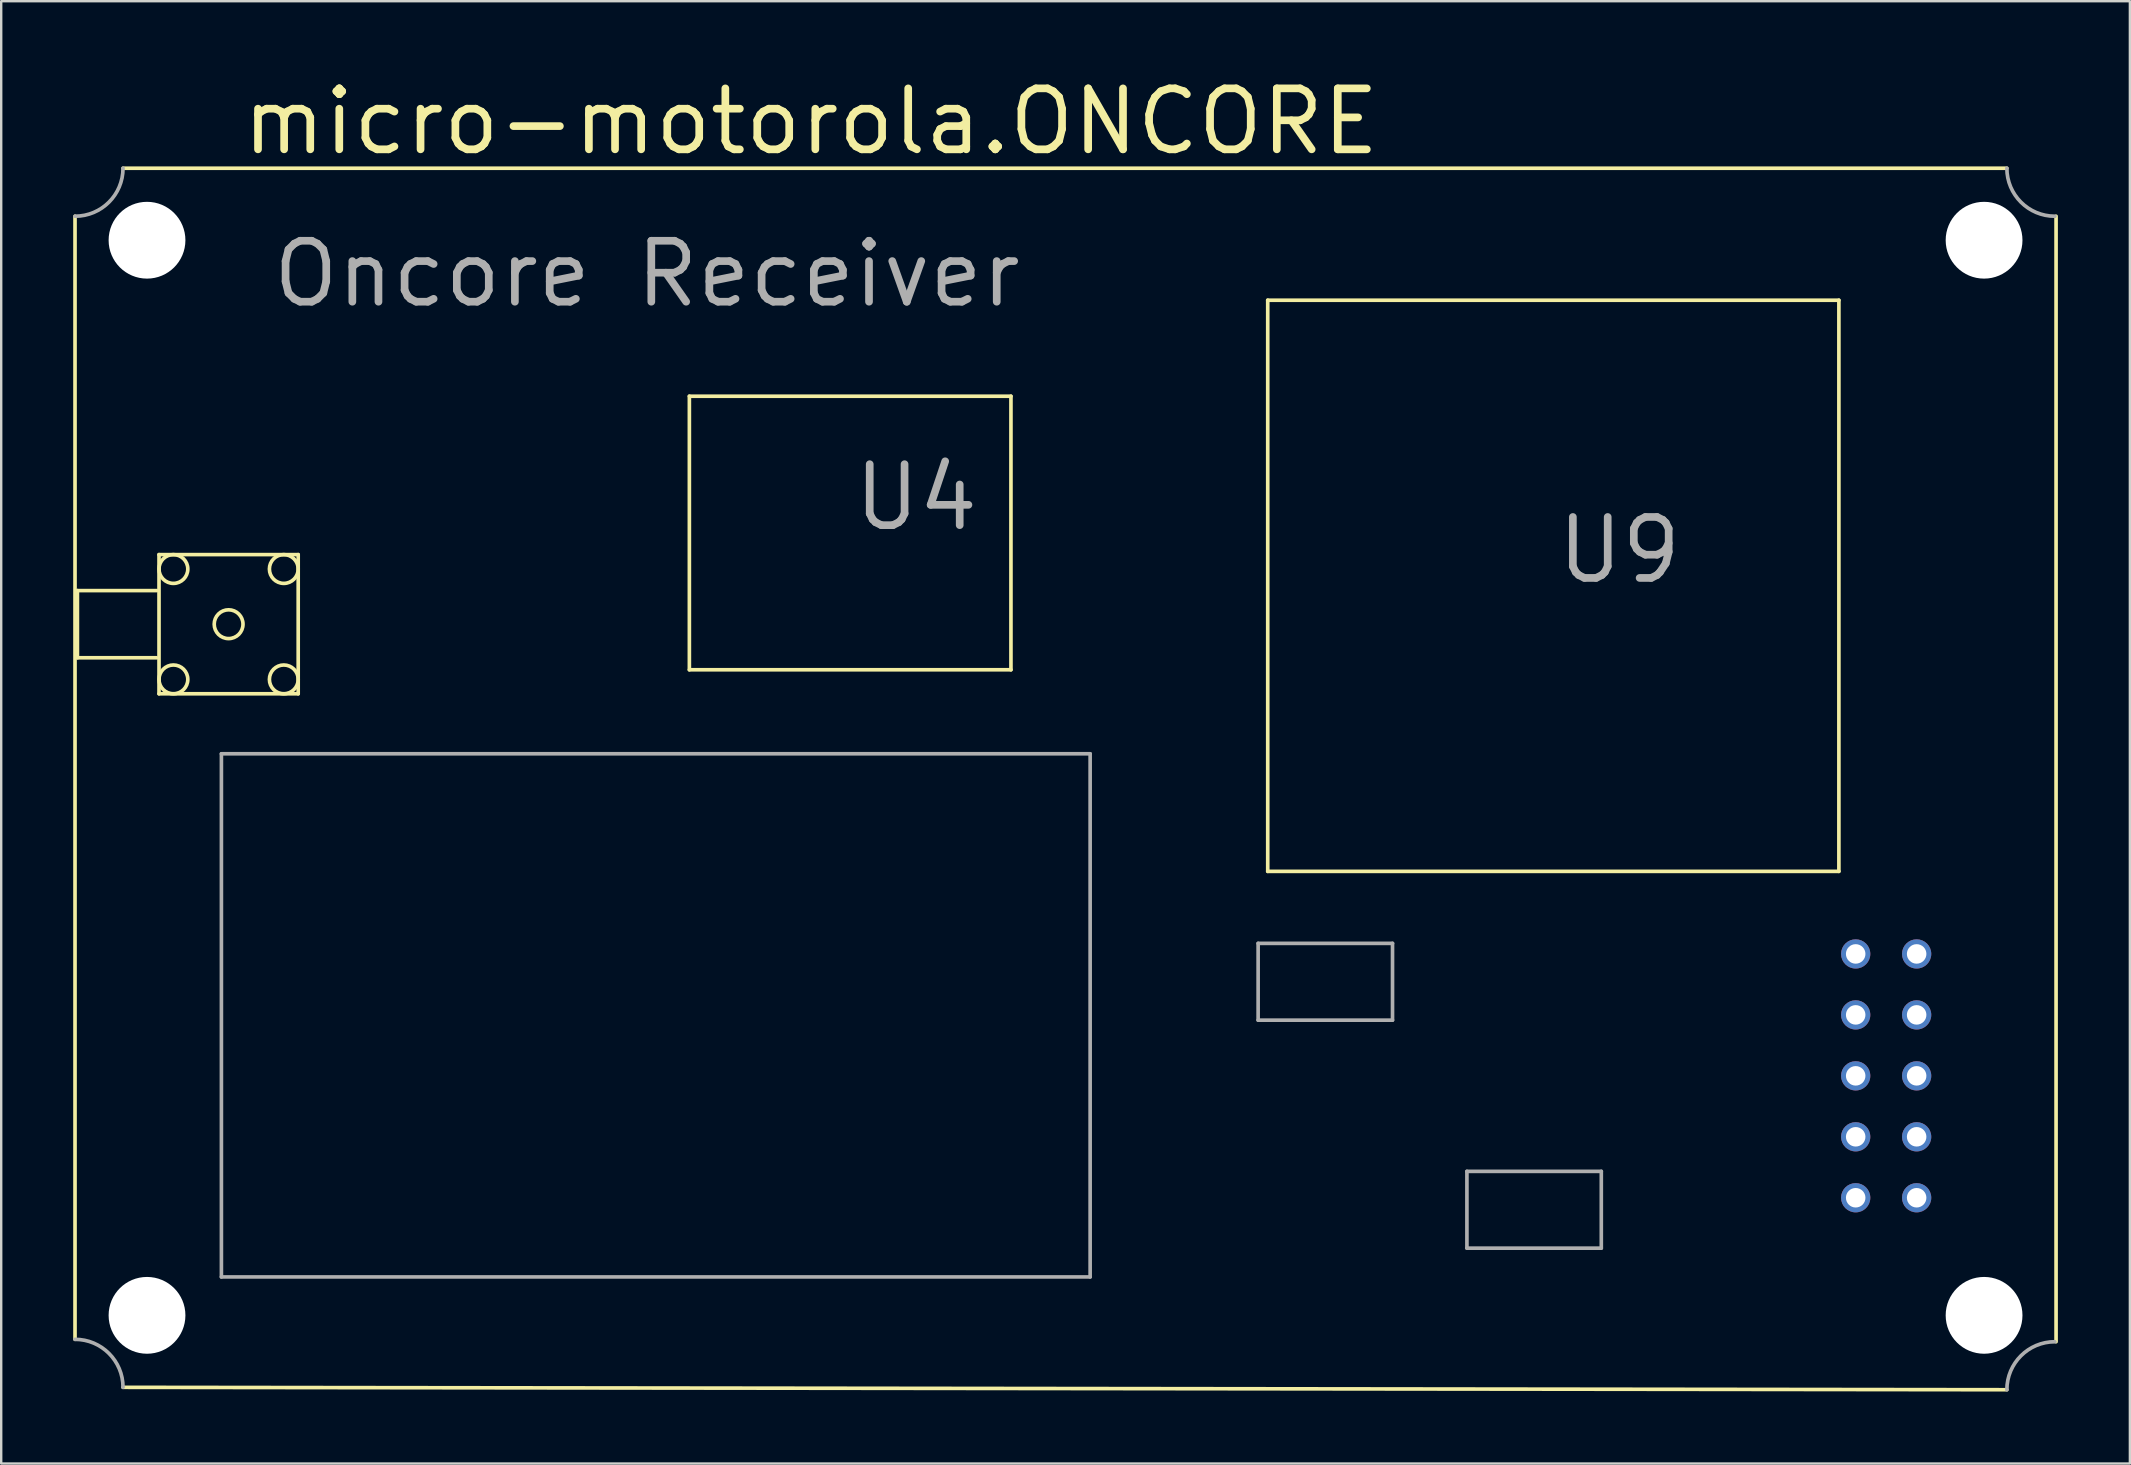
<source format=kicad_pcb>
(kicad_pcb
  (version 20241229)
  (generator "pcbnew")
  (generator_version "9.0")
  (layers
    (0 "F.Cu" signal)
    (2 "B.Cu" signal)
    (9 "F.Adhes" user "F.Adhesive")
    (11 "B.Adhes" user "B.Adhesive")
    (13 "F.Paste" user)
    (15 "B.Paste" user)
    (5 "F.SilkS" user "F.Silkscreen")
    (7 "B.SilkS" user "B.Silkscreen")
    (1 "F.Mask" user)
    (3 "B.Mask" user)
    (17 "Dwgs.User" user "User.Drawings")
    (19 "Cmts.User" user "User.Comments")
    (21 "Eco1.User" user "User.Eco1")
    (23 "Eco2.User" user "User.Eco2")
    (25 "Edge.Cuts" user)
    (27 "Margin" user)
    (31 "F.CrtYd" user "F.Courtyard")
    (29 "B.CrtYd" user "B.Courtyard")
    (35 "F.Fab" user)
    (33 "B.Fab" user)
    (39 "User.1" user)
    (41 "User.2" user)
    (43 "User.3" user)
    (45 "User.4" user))
  (footprint "micro-motorola.ONCORE"
    (layer "F.Cu")
    (at 3.076 51.76)
    (property "Reference" "micro-motorola.ONCORE" (at 3.81 -48.26 0) (layer "F.SilkS") (effects (font (size 2.54 2.54) (thickness 0.32)) (justify left bottom)))
    (attr through_hole)
    (fp_line (start -3 -45.8) (end -3 1) (stroke (width 0.152) (type default)) (layer "F.SilkS"))
    (fp_line (start -2.9 -30.2) (end -2.9 -27.4) (stroke (width 0.152) (type default)) (layer "F.SilkS"))
    (fp_line (start -2.9 -27.4) (end 0.4 -27.4) (stroke (width 0.152) (type default)) (layer "F.SilkS"))
    (fp_line (start -1 3) (end 77.5 3.1) (stroke (width 0.152) (type default)) (layer "F.SilkS"))
    (fp_line (start 0.4 -30.2) (end -2.9 -30.2) (stroke (width 0.152) (type default)) (layer "F.SilkS"))
    (fp_line (start 0.5 -31.7) (end 6.3 -31.7) (stroke (width 0.152) (type default)) (layer "F.SilkS"))
    (fp_line (start 0.5 -25.9) (end 0.5 -31.7) (stroke (width 0.152) (type default)) (layer "F.SilkS"))
    (fp_line (start 6.3 -31.7) (end 6.3 -25.9) (stroke (width 0.152) (type default)) (layer "F.SilkS"))
    (fp_line (start 6.3 -25.9) (end 0.5 -25.9) (stroke (width 0.152) (type default)) (layer "F.SilkS"))
    (fp_line (start 22.6 -38.3) (end 36 -38.3) (stroke (width 0.152) (type default)) (layer "F.SilkS"))
    (fp_line (start 22.6 -26.9) (end 22.6 -38.3) (stroke (width 0.152) (type default)) (layer "F.SilkS"))
    (fp_line (start 36 -38.3) (end 36 -26.9) (stroke (width 0.152) (type default)) (layer "F.SilkS"))
    (fp_line (start 36 -26.9) (end 22.6 -26.9) (stroke (width 0.152) (type default)) (layer "F.SilkS"))
    (fp_line (start 46.7 -42.3) (end 46.7 -18.5) (stroke (width 0.152) (type default)) (layer "F.SilkS"))
    (fp_line (start 46.7 -18.5) (end 70.5 -18.5) (stroke (width 0.152) (type default)) (layer "F.SilkS"))
    (fp_line (start 70.5 -42.3) (end 46.7 -42.3) (stroke (width 0.152) (type default)) (layer "F.SilkS"))
    (fp_line (start 70.5 -18.5) (end 70.5 -42.3) (stroke (width 0.152) (type default)) (layer "F.SilkS"))
    (fp_line (start 77.5 -47.8) (end -1 -47.8) (stroke (width 0.152) (type default)) (layer "F.SilkS"))
    (fp_line (start 79.55 1.1) (end 79.55 -45.8) (stroke (width 0.152) (type default)) (layer "F.SilkS"))
    (fp_circle (center 1.1 -31.1) (end 1.7 -31.1) (stroke (width 0.152) (type default)) (fill no) (layer "F.SilkS"))
    (fp_circle (center 1.1 -26.5) (end 1.7 -26.5) (stroke (width 0.152) (type default)) (fill no) (layer "F.SilkS"))
    (fp_circle (center 3.4 -28.8) (end 4 -28.8) (stroke (width 0.152) (type default)) (fill no) (layer "F.SilkS"))
    (fp_circle (center 5.7 -31.1) (end 6.3 -31.1) (stroke (width 0.152) (type default)) (fill no) (layer "F.SilkS"))
    (fp_circle (center 5.7 -26.5) (end 6.3 -26.5) (stroke (width 0.152) (type default)) (fill no) (layer "F.SilkS"))
    (fp_line (start 3.1 -23.4) (end 39.3 -23.4) (stroke (width 0.152) (type default)) (layer "F.Fab"))
    (fp_line (start 3.1 -1.6) (end 3.1 -23.4) (stroke (width 0.152) (type default)) (layer "F.Fab"))
    (fp_line (start 39.3 -23.4) (end 39.3 -1.6) (stroke (width 0.152) (type default)) (layer "F.Fab"))
    (fp_line (start 39.3 -1.6) (end 3.1 -1.6) (stroke (width 0.152) (type default)) (layer "F.Fab"))
    (fp_line (start 46.3 -15.5) (end 46.3 -12.3) (stroke (width 0.152) (type default)) (layer "F.Fab"))
    (fp_line (start 46.3 -12.3) (end 51.9 -12.3) (stroke (width 0.152) (type default)) (layer "F.Fab"))
    (fp_line (start 51.9 -15.5) (end 46.3 -15.5) (stroke (width 0.152) (type default)) (layer "F.Fab"))
    (fp_line (start 51.9 -12.3) (end 51.9 -15.5) (stroke (width 0.152) (type default)) (layer "F.Fab"))
    (fp_line (start 55 -6) (end 55 -2.8) (stroke (width 0.152) (type default)) (layer "F.Fab"))
    (fp_line (start 55 -2.8) (end 60.6 -2.8) (stroke (width 0.152) (type default)) (layer "F.Fab"))
    (fp_line (start 60.6 -6) (end 55 -6) (stroke (width 0.152) (type default)) (layer "F.Fab"))
    (fp_line (start 60.6 -2.8) (end 60.6 -6) (stroke (width 0.152) (type default)) (layer "F.Fab"))
    (fp_arc (start -3 1) (mid -1.585786 1.585786) (end -1 3) (stroke (width 0.1524) (type default)) (layer "F.Fab"))
    (fp_arc (start -1 -47.8) (mid -1.585786 -46.385786) (end -3 -45.8) (stroke (width 0.1524) (type default)) (layer "F.Fab"))
    (fp_arc (start 77.5 3.1) (mid 78.085786 1.685786) (end 79.5 1.1) (stroke (width 0.1524) (type default)) (layer "F.Fab"))
    (fp_arc (start 79.5 -45.8) (mid 78.085786 -46.385786) (end 77.5 -47.8) (stroke (width 0.1524) (type default)) (layer "F.Fab"))
    (fp_text user "U9" (at 58.6 -30.4 0) (layer "F.Fab") (effects (font (size 2.54 2.54) (thickness 0.32)) (justify left bottom)))
    (fp_text user "U4" (at 29.3 -32.6 0) (layer "F.Fab") (effects (font (size 2.54 2.54) (thickness 0.32)) (justify left bottom)))
    (fp_text user "Oncore Receiver" (at 5.08 -41.91 0) (layer "F.Fab") (effects (font (size 2.54 2.54) (thickness 0.32)) (justify left bottom)))
    (pad "" np_thru_hole circle (at 0 -44.8) (size 3.2 3.2) (drill 3.2) (layers "*.Cu" "*.Mask"))
    (pad "" np_thru_hole circle (at 0 0) (size 3.2 3.2) (drill 3.2) (layers "*.Cu" "*.Mask"))
    (pad "" np_thru_hole circle (at 76.55 -44.8) (size 3.2 3.2) (drill 3.2) (layers "*.Cu" "*.Mask"))
    (pad "" np_thru_hole circle (at 76.55 0) (size 3.2 3.2) (drill 3.2) (layers "*.Cu" "*.Mask"))
    (pad "1" thru_hole circle (at 71.2 -4.9) (size 1.219 1.219) (drill 0.813) (layers "*.Cu" "*.Mask"))
    (pad "2" thru_hole circle (at 73.74 -4.9) (size 1.219 1.219) (drill 0.813) (layers "*.Cu" "*.Mask"))
    (pad "3" thru_hole circle (at 71.2 -7.44) (size 1.219 1.219) (drill 0.813) (layers "*.Cu" "*.Mask"))
    (pad "4" thru_hole circle (at 73.74 -7.44) (size 1.219 1.219) (drill 0.813) (layers "*.Cu" "*.Mask"))
    (pad "5" thru_hole circle (at 71.2 -9.98) (size 1.219 1.219) (drill 0.813) (layers "*.Cu" "*.Mask"))
    (pad "6" thru_hole circle (at 73.74 -9.98) (size 1.219 1.219) (drill 0.813) (layers "*.Cu" "*.Mask"))
    (pad "7" thru_hole circle (at 71.2 -12.52) (size 1.219 1.219) (drill 0.813) (layers "*.Cu" "*.Mask"))
    (pad "8" thru_hole circle (at 73.74 -12.52) (size 1.219 1.219) (drill 0.813) (layers "*.Cu" "*.Mask"))
    (pad "9" thru_hole circle (at 71.2 -15.06) (size 1.219 1.219) (drill 0.813) (layers "*.Cu" "*.Mask"))
    (pad "10" thru_hole circle (at 73.74 -15.06) (size 1.219 1.219) (drill 0.813) (layers "*.Cu" "*.Mask")))
  (gr_rect
    (start -3 -3)
    (end 85.702 57.936)
    (stroke (width 0.1) (type default))
    (fill no)
    (layer "Edge.Cuts")))
</source>
